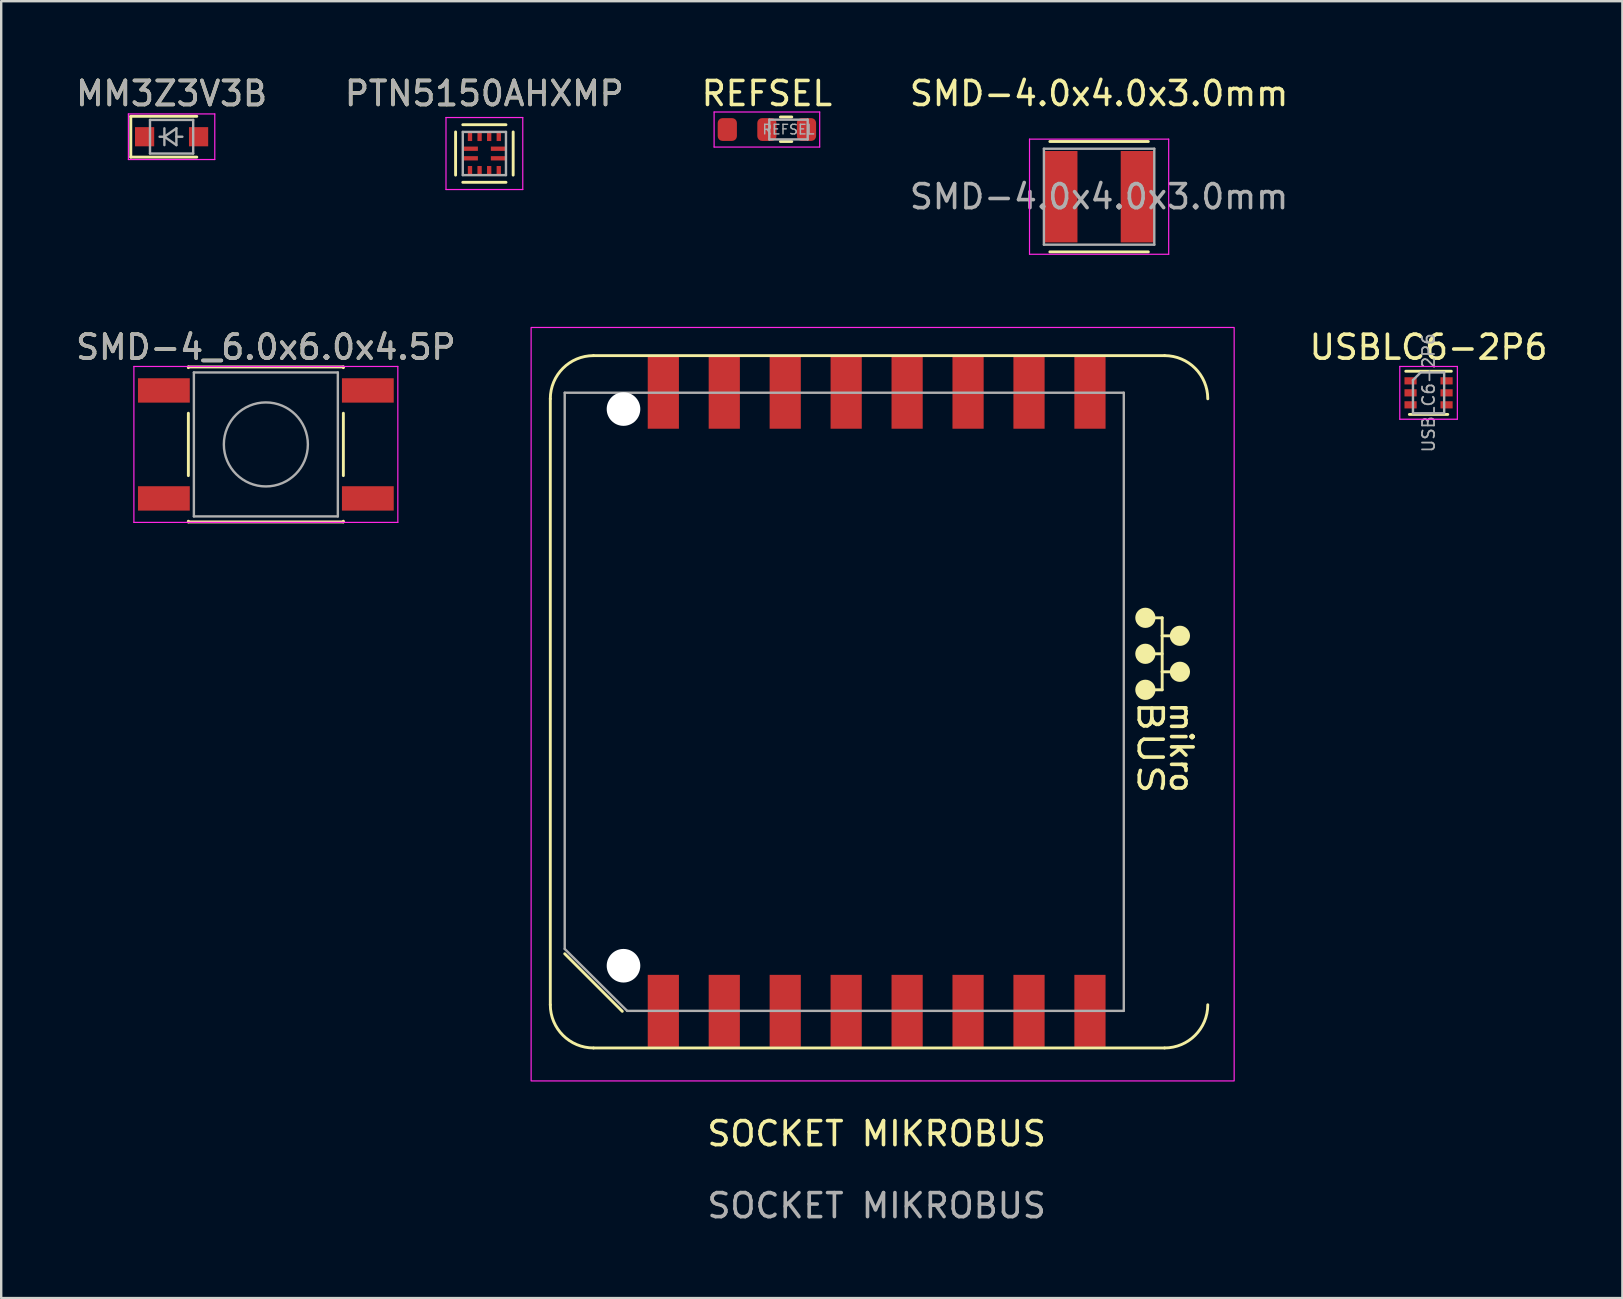
<source format=kicad_pcb>
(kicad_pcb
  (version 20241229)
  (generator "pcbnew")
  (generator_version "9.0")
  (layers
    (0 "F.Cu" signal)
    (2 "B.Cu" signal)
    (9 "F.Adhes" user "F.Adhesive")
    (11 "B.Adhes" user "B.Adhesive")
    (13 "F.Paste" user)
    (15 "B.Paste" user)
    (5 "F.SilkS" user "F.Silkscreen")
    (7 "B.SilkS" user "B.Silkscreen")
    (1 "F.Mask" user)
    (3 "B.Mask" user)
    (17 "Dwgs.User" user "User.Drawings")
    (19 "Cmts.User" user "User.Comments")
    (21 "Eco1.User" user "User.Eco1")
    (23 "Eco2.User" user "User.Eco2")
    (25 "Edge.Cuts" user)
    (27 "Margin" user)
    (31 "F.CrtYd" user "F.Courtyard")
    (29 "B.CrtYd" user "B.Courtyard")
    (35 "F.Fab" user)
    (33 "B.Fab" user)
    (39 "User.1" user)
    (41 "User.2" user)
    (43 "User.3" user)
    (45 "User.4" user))
  (footprint "USBLC6-2P6"
    (layer "F.Cu")
    (at 56.487 13.322)
    (property "Reference" "USBLC6-2P6" (at 0 -1.9 0) (layer "F.SilkS") (effects (font (size 1 1) (thickness 0.15))))
    (attr smd)
    (fp_line (start -0.8 0.9) (end 0.8 0.9) (stroke (width 0.12) (type solid)) (layer "F.SilkS"))
    (fp_line (start 0.95 -0.9) (end -0.95 -0.9) (stroke (width 0.12) (type solid)) (layer "F.SilkS"))
    (fp_line (start -1.2 -1.1) (end -1.2 1.1) (stroke (width 0.05) (type solid)) (layer "F.CrtYd"))
    (fp_line (start -1.2 -1.1) (end 1.2 -1.1) (stroke (width 0.05) (type solid)) (layer "F.CrtYd"))
    (fp_line (start -1.2 1.1) (end 1.2 1.1) (stroke (width 0.05) (type solid)) (layer "F.CrtYd"))
    (fp_line (start 1.2 1.1) (end 1.2 -1.1) (stroke (width 0.05) (type solid)) (layer "F.CrtYd"))
    (fp_line (start -0.65 -0.53) (end -0.65 0.85) (stroke (width 0.1) (type solid)) (layer "F.Fab"))
    (fp_line (start -0.65 -0.53) (end -0.33 -0.85) (stroke (width 0.1) (type solid)) (layer "F.Fab"))
    (fp_line (start 0.65 -0.85) (end -0.33 -0.85) (stroke (width 0.1) (type solid)) (layer "F.Fab"))
    (fp_line (start 0.65 -0.85) (end 0.65 0.85) (stroke (width 0.1) (type solid)) (layer "F.Fab"))
    (fp_line (start 0.65 0.85) (end -0.65 0.85) (stroke (width 0.1) (type solid)) (layer "F.Fab"))
    (fp_text user "${REFERENCE}" (at 0 0 90) (layer "F.Fab") (effects (font (size 0.5 0.5) (thickness 0.075))))
    (pad "1" smd rect (at -0.75 -0.5) (size 0.508 0.3) (layers "F.Cu" "F.Mask" "F.Paste"))
    (pad "2" smd rect (at -0.75 0) (size 0.508 0.3) (layers "F.Cu" "F.Mask" "F.Paste"))
    (pad "3" smd rect (at -0.75 0.5) (size 0.508 0.3) (layers "F.Cu" "F.Mask" "F.Paste"))
    (pad "4" smd rect (at 0.75 0.5) (size 0.508 0.3) (layers "F.Cu" "F.Mask" "F.Paste"))
    (pad "5" smd rect (at 0.75 0) (size 0.508 0.3) (layers "F.Cu" "F.Mask" "F.Paste"))
    (pad "6" smd rect (at 0.75 -0.5) (size 0.508 0.3) (layers "F.Cu" "F.Mask" "F.Paste")))
  (footprint "SMD-4.0x4.0x3.0mm"
    (layer "F.Cu")
    (at 42.756 5.148)
    (property "Reference" "SMD-4.0x4.0x3.0mm" (at 0 -4.3 0) (layer "F.SilkS") (effects (font (size 1 1) (thickness 0.15))))
    (attr smd)
    (fp_line (start -2.052 -2.3) (end 2.052 -2.3) (stroke (width 0.12) (type solid)) (layer "F.SilkS"))
    (fp_line (start -2.052 2.3) (end 2.052 2.3) (stroke (width 0.12) (type solid)) (layer "F.SilkS"))
    (fp_line (start -2.9 -2.4) (end 2.9 -2.4) (stroke (width 0.05) (type solid)) (layer "F.CrtYd"))
    (fp_line (start -2.9 2.4) (end -2.9 -2.4) (stroke (width 0.05) (type solid)) (layer "F.CrtYd"))
    (fp_line (start 2.9 -2.4) (end 2.9 2.4) (stroke (width 0.05) (type solid)) (layer "F.CrtYd"))
    (fp_line (start 2.9 2.4) (end -2.9 2.4) (stroke (width 0.05) (type solid)) (layer "F.CrtYd"))
    (fp_line (start -2.3 -2) (end 2.3 -2) (stroke (width 0.1) (type solid)) (layer "F.Fab"))
    (fp_line (start -2.3 2) (end -2.3 -2) (stroke (width 0.1) (type solid)) (layer "F.Fab"))
    (fp_line (start 2.3 -2) (end 2.3 2) (stroke (width 0.1) (type solid)) (layer "F.Fab"))
    (fp_line (start 2.3 2) (end -2.3 2) (stroke (width 0.1) (type solid)) (layer "F.Fab"))
    (fp_text user "${REFERENCE}" (at 0 0 0) (layer "F.Fab") (effects (font (size 1 1) (thickness 0.15))))
    (pad "1" smd rect (at -1.6 0) (size 1.397 3.81) (layers "F.Cu" "F.Mask" "F.Paste"))
    (pad "2" smd rect (at 1.6 0) (size 1.397 3.81) (layers "F.Cu" "F.Mask" "F.Paste")))
  (footprint "PTN5150AHXMP"
    (layer "F.Cu")
    (at 17.137 3.348)
    (property "Reference" "PTN5150AHXMP" (at 0 -2.5 0) (layer "F.SilkS") (effects (font (size 1 1) (thickness 0.15))))
    (attr smd)
    (fp_line (start -1.2 -0.9) (end -1.2 0.9) (stroke (width 0.12) (type solid)) (layer "F.SilkS"))
    (fp_line (start -0.9 -1.2) (end 0.9 -1.2) (stroke (width 0.12) (type solid)) (layer "F.SilkS"))
    (fp_line (start -0.9 1.2) (end 0.9 1.2) (stroke (width 0.12) (type solid)) (layer "F.SilkS"))
    (fp_line (start 1.2 -0.9) (end 1.2 0.9) (stroke (width 0.12) (type solid)) (layer "F.SilkS"))
    (fp_line (start -1.6 -1.5) (end -1.6 1.5) (stroke (width 0.05) (type solid)) (layer "F.CrtYd"))
    (fp_line (start -1.6 -1.5) (end 1.6 -1.5) (stroke (width 0.05) (type solid)) (layer "F.CrtYd"))
    (fp_line (start -1.6 1.5) (end 1.6 1.5) (stroke (width 0.05) (type solid)) (layer "F.CrtYd"))
    (fp_line (start 1.6 1.5) (end 1.6 -1.5) (stroke (width 0.05) (type solid)) (layer "F.CrtYd"))
    (fp_line (start -0.9 -0.9) (end -0.9 0.9) (stroke (width 0.1) (type solid)) (layer "F.Fab"))
    (fp_line (start -0.9 0.9) (end 0.9 0.9) (stroke (width 0.1) (type solid)) (layer "F.Fab"))
    (fp_line (start 0.9 -0.9) (end -0.9 -0.9) (stroke (width 0.1) (type solid)) (layer "F.Fab"))
    (fp_line (start 0.9 0.9) (end 0.9 -0.9) (stroke (width 0.1) (type solid)) (layer "F.Fab"))
    (fp_text user "${REFERENCE}" (at 0 -2.5 0) (layer "F.Fab") (effects (font (size 1 1) (thickness 0.15))))
    (pad "1" smd rect (at -0.6 -0.2 90) (size 0.18 0.66) (layers "F.Cu" "F.Mask" "F.Paste"))
    (pad "2" smd rect (at -0.6 0.2 90) (size 0.18 0.66) (layers "F.Cu" "F.Mask" "F.Paste"))
    (pad "3" smd rect (at -0.6 0.725) (size 0.18 0.41) (layers "F.Cu" "F.Mask" "F.Paste"))
    (pad "4" smd rect (at -0.2 0.725) (size 0.18 0.41) (layers "F.Cu" "F.Mask" "F.Paste"))
    (pad "5" smd rect (at 0.2 0.725) (size 0.18 0.41) (layers "F.Cu" "F.Mask" "F.Paste"))
    (pad "6" smd rect (at 0.6 0.725) (size 0.18 0.41) (layers "F.Cu" "F.Mask" "F.Paste"))
    (pad "7" smd rect (at 0.6 0.2 90) (size 0.18 0.66) (layers "F.Cu" "F.Mask" "F.Paste"))
    (pad "8" smd rect (at 0.6 -0.2 90) (size 0.18 0.66) (layers "F.Cu" "F.Mask" "F.Paste"))
    (pad "9" smd rect (at 0.6 -0.725) (size 0.18 0.41) (layers "F.Cu" "F.Mask" "F.Paste"))
    (pad "10" smd rect (at 0.2 -0.725) (size 0.18 0.41) (layers "F.Cu" "F.Mask" "F.Paste"))
    (pad "11" smd rect (at -0.2 -0.725) (size 0.18 0.41) (layers "F.Cu" "F.Mask" "F.Paste"))
    (pad "12" smd rect (at -0.6 -0.725) (size 0.18 0.41) (layers "F.Cu" "F.Mask" "F.Paste")))
  (footprint "MM3Z3V3B"
    (layer "F.Cu")
    (at 4.101 2.648)
    (property "Reference" "MM3Z3V3B" (at 0 -1.8 0) (layer "F.SilkS") (effects (font (size 1 1) (thickness 0.15))))
    (attr smd)
    (fp_line (start -1.7 -0.85) (end -1.7 0.85) (stroke (width 0.12) (type solid)) (layer "F.SilkS"))
    (fp_line (start -1.7 -0.85) (end 1.05 -0.85) (stroke (width 0.12) (type solid)) (layer "F.SilkS"))
    (fp_line (start -1.7 0.85) (end 1.05 0.85) (stroke (width 0.12) (type solid)) (layer "F.SilkS"))
    (fp_line (start -1.8 -0.95) (end -1.8 0.95) (stroke (width 0.05) (type solid)) (layer "F.CrtYd"))
    (fp_line (start -1.8 -0.95) (end 1.8 -0.95) (stroke (width 0.05) (type solid)) (layer "F.CrtYd"))
    (fp_line (start -1.8 0.95) (end 1.8 0.95) (stroke (width 0.05) (type solid)) (layer "F.CrtYd"))
    (fp_line (start 1.8 -0.95) (end 1.8 0.95) (stroke (width 0.05) (type solid)) (layer "F.CrtYd"))
    (fp_line (start -0.9 -0.7) (end 0.9 -0.7) (stroke (width 0.1) (type solid)) (layer "F.Fab"))
    (fp_line (start -0.9 0.7) (end -0.9 -0.7) (stroke (width 0.1) (type solid)) (layer "F.Fab"))
    (fp_line (start -0.3 -0.35) (end -0.3 0.35) (stroke (width 0.1) (type solid)) (layer "F.Fab"))
    (fp_line (start -0.3 0) (end -0.5 0) (stroke (width 0.1) (type solid)) (layer "F.Fab"))
    (fp_line (start -0.3 0) (end 0.2 -0.35) (stroke (width 0.1) (type solid)) (layer "F.Fab"))
    (fp_line (start 0.2 -0.35) (end 0.2 0.35) (stroke (width 0.1) (type solid)) (layer "F.Fab"))
    (fp_line (start 0.2 0) (end 0.45 0) (stroke (width 0.1) (type solid)) (layer "F.Fab"))
    (fp_line (start 0.2 0.35) (end -0.3 0) (stroke (width 0.1) (type solid)) (layer "F.Fab"))
    (fp_line (start 0.9 -0.7) (end 0.9 0.7) (stroke (width 0.1) (type solid)) (layer "F.Fab"))
    (fp_line (start 0.9 0.7) (end -0.9 0.7) (stroke (width 0.1) (type solid)) (layer "F.Fab"))
    (fp_text user "${REFERENCE}" (at 0 -1.8 0) (layer "F.Fab") (effects (font (size 1 1) (thickness 0.15))))
    (pad "1" smd rect (at -1.125 0) (size 0.8 0.8) (layers "F.Cu" "F.Mask" "F.Paste"))
    (pad "2" smd rect (at 1.125 0) (size 0.8 0.8) (layers "F.Cu" "F.Mask" "F.Paste")))
  (footprint "SMD-4_6.0x6.0x4.5P"
    (layer "F.Cu")
    (at 8.03 15.472)
    (property "Reference" "SMD-4_6.0x6.0x4.5P" (at 0 -4.05 0) (layer "F.SilkS") (effects (font (size 1 1) (thickness 0.15))))
    (attr smd)
    (fp_line (start -3.23 -3.23) (end 3.23 -3.23) (stroke (width 0.12) (type solid)) (layer "F.SilkS"))
    (fp_line (start -3.23 -3.2) (end -3.23 -3.23) (stroke (width 0.12) (type solid)) (layer "F.SilkS"))
    (fp_line (start -3.23 -1.3) (end -3.23 1.3) (stroke (width 0.12) (type solid)) (layer "F.SilkS"))
    (fp_line (start -3.23 3.23) (end -3.23 3.2) (stroke (width 0.12) (type solid)) (layer "F.SilkS"))
    (fp_line (start -3.23 3.23) (end 3.23 3.23) (stroke (width 0.12) (type solid)) (layer "F.SilkS"))
    (fp_line (start 3.23 -3.23) (end 3.23 -3.2) (stroke (width 0.12) (type solid)) (layer "F.SilkS"))
    (fp_line (start 3.23 -1.3) (end 3.23 1.3) (stroke (width 0.12) (type solid)) (layer "F.SilkS"))
    (fp_line (start 3.23 3.23) (end 3.23 3.2) (stroke (width 0.12) (type solid)) (layer "F.SilkS"))
    (fp_line (start -5.5 -3.25) (end -5.5 3.25) (stroke (width 0.05) (type solid)) (layer "F.CrtYd"))
    (fp_line (start -5.5 -3.25) (end 5.5 -3.25) (stroke (width 0.05) (type solid)) (layer "F.CrtYd"))
    (fp_line (start -5.5 3.25) (end 5.5 3.25) (stroke (width 0.05) (type solid)) (layer "F.CrtYd"))
    (fp_line (start 5.5 3.25) (end 5.5 -3.25) (stroke (width 0.05) (type solid)) (layer "F.CrtYd"))
    (fp_line (start -3 -3) (end -3 3) (stroke (width 0.1) (type solid)) (layer "F.Fab"))
    (fp_line (start -3 3) (end 3 3) (stroke (width 0.1) (type solid)) (layer "F.Fab"))
    (fp_line (start 3 -3) (end -3 -3) (stroke (width 0.1) (type solid)) (layer "F.Fab"))
    (fp_line (start 3 3) (end 3 -3) (stroke (width 0.1) (type solid)) (layer "F.Fab"))
    (fp_circle (center 0 0) (end 1.75 -0.05) (stroke (width 0.1) (type solid)) (fill no) (layer "F.Fab"))
    (fp_text user "${REFERENCE}" (at 0 -4.05 0) (layer "F.Fab") (effects (font (size 1 1) (thickness 0.15))))
    (pad "1" smd rect (at -4.25 -2.25) (size 2.159 1.016) (layers "F.Cu" "F.Mask" "F.Paste"))
    (pad "2" smd rect (at 4.25 -2.25) (size 2.159 1.016) (layers "F.Cu" "F.Mask" "F.Paste"))
    (pad "3" smd rect (at -4.25 2.25) (size 2.159 1.016) (layers "F.Cu" "F.Mask" "F.Paste"))
    (pad "4" smd rect (at 4.25 2.25) (size 2.159 1.016) (layers "F.Cu" "F.Mask" "F.Paste")))
  (footprint "SOCKET MIKROBUS"
    (layer "F.Cu")
    (at 33.485 26.198)
    (property "Reference" "SOCKET MIKROBUS" (at 0 18 0) (unlocked yes) (layer "F.SilkS") (effects (font (size 1 1) (thickness 0.15))))
    (attr smd)
    (fp_line (start -13.6 -12.627) (end -13.6 12.627) (stroke (width 0.12) (type solid)) (layer "F.SilkS"))
    (fp_line (start -11.8 -14.427) (end 12 -14.427) (stroke (width 0.12) (type solid)) (layer "F.SilkS"))
    (fp_line (start -11.8 14.427) (end 12 14.427) (stroke (width 0.12) (type solid)) (layer "F.SilkS"))
    (fp_line (start -10.6 12.9) (end -13 10.5) (stroke (width 0.12) (type solid)) (layer "F.SilkS"))
    (fp_line (start 11.9 -3.5) (end 11.2 -3.5) (stroke (width 0.12) (type solid)) (layer "F.SilkS"))
    (fp_line (start 11.9 -2.75) (end 11.9 -3.5) (stroke (width 0.12) (type solid)) (layer "F.SilkS"))
    (fp_line (start 11.9 -2.75) (end 11.9 -1.25) (stroke (width 0.12) (type solid)) (layer "F.SilkS"))
    (fp_line (start 11.9 -2) (end 11.2 -2) (stroke (width 0.12) (type solid)) (layer "F.SilkS"))
    (fp_line (start 11.9 -1.25) (end 11.9 -0.5) (stroke (width 0.12) (type solid)) (layer "F.SilkS"))
    (fp_line (start 11.9 -1.25) (end 12.639 -1.25) (stroke (width 0.12) (type solid)) (layer "F.SilkS"))
    (fp_line (start 11.9 -0.5) (end 11.2 -0.5) (stroke (width 0.12) (type solid)) (layer "F.SilkS"))
    (fp_line (start 12.639 -2.75) (end 11.9 -2.75) (stroke (width 0.12) (type solid)) (layer "F.SilkS"))
    (fp_arc (start -13.6 -12.627208) (mid -13.072792 -13.9) (end -11.8 -14.427208) (stroke (width 0.12) (type solid)) (layer "F.SilkS"))
    (fp_arc (start -11.8 14.427208) (mid -13.072792 13.9) (end -13.6 12.627208) (stroke (width 0.12) (type solid)) (layer "F.SilkS"))
    (fp_arc (start 12 -14.427208) (mid 13.272792 -13.9) (end 13.8 -12.627208) (stroke (width 0.12) (type solid)) (layer "F.SilkS"))
    (fp_arc (start 13.8 12.627208) (mid 13.272792 13.9) (end 12 14.427208) (stroke (width 0.12) (type solid)) (layer "F.SilkS"))
    (fp_circle (center 11.2 -3.5) (end 11.2 -3.139) (stroke (width 0.12) (type solid)) (fill yes) (layer "F.SilkS"))
    (fp_circle (center 11.2 -2) (end 11.2 -1.639) (stroke (width 0.12) (type solid)) (fill yes) (layer "F.SilkS"))
    (fp_circle (center 11.2 -0.5) (end 11.2 -0.139) (stroke (width 0.12) (type solid)) (fill yes) (layer "F.SilkS"))
    (fp_circle (center 12.639 -2.75) (end 12.639 -2.389) (stroke (width 0.12) (type solid)) (fill yes) (layer "F.SilkS"))
    (fp_circle (center 12.639 -1.25) (end 12.639 -0.889) (stroke (width 0.12) (type solid)) (fill yes) (layer "F.SilkS"))
    (fp_rect (start 14.9 -15.6) (end -14.4 15.8) (stroke (width 0.05) (type solid)) (fill no) (layer "F.CrtYd"))
    (fp_line (start -13 -12.88) (end -13 10.3) (stroke (width 0.1) (type solid)) (layer "F.Fab"))
    (fp_line (start -13 -12.88) (end 10.3 -12.88) (stroke (width 0.1) (type solid)) (layer "F.Fab"))
    (fp_line (start -10.4 12.88) (end -13 10.3) (stroke (width 0.1) (type solid)) (layer "F.Fab"))
    (fp_line (start -10.4 12.88) (end 10.3 12.88) (stroke (width 0.1) (type solid)) (layer "F.Fab"))
    (fp_line (start 10.3 12.88) (end 10.3 -12.88) (stroke (width 0.1) (type solid)) (layer "F.Fab"))
    (fp_text user "BUS" (at 11.4 1.9 270) (unlocked yes) (layer "F.SilkS") (effects (font (size 1 1.3) (thickness 0.15))))
    (fp_text user "mikro" (at 12.7 1.9 270) (unlocked yes) (layer "F.SilkS") (effects (font (size 0.9 0.9) (thickness 0.15))))
    (fp_text user "${REFERENCE}" (at 0 21 0) (unlocked yes) (layer "F.Fab") (effects (font (size 1 1) (thickness 0.15))))
    (pad "" np_thru_hole circle (at -10.55 -12.2) (size 1.4 1.4) (drill 1.4) (layers "*.Cu" "*.Mask"))
    (pad "" np_thru_hole circle (at -10.55 11) (size 1.4 1.4) (drill 1.4) (layers "*.Cu" "*.Mask"))
    (pad "1" smd rect (at 8.89 -12.88) (size 1.3 3) (layers "F.Cu" "F.Mask" "F.Paste"))
    (pad "2" smd rect (at 6.35 -12.88) (size 1.3 3) (layers "F.Cu" "F.Mask" "F.Paste"))
    (pad "3" smd rect (at 3.81 -12.88) (size 1.3 3) (layers "F.Cu" "F.Mask" "F.Paste"))
    (pad "4" smd rect (at 1.27 -12.88) (size 1.3 3) (layers "F.Cu" "F.Mask" "F.Paste"))
    (pad "5" smd rect (at -1.27 -12.88) (size 1.3 3) (layers "F.Cu" "F.Mask" "F.Paste"))
    (pad "6" smd rect (at -3.81 -12.88) (size 1.3 3) (layers "F.Cu" "F.Mask" "F.Paste"))
    (pad "7" smd rect (at -6.35 -12.88) (size 1.3 3) (layers "F.Cu" "F.Mask" "F.Paste"))
    (pad "8" smd rect (at -8.89 -12.88) (size 1.3 3) (layers "F.Cu" "F.Mask" "F.Paste"))
    (pad "9" smd rect (at -8.89 12.88) (size 1.3 3) (layers "F.Cu" "F.Mask" "F.Paste"))
    (pad "10" smd rect (at -6.35 12.88) (size 1.3 3) (layers "F.Cu" "F.Mask" "F.Paste"))
    (pad "11" smd rect (at -3.81 12.88) (size 1.3 3) (layers "F.Cu" "F.Mask" "F.Paste"))
    (pad "12" smd rect (at -1.27 12.88) (size 1.3 3) (layers "F.Cu" "F.Mask" "F.Paste"))
    (pad "13" smd rect (at 1.27 12.88) (size 1.3 3) (layers "F.Cu" "F.Mask" "F.Paste"))
    (pad "14" smd rect (at 3.81 12.88) (size 1.3 3) (layers "F.Cu" "F.Mask" "F.Paste"))
    (pad "15" smd rect (at 6.35 12.88) (size 1.3 3) (layers "F.Cu" "F.Mask" "F.Paste"))
    (pad "16" smd rect (at 8.89 12.88) (size 1.3 3) (layers "F.Cu" "F.Mask" "F.Paste")))
  (footprint "REFSEL"
    (layer "F.Cu")
    (at 28.911 2.348)
    (property "Reference" "REFSEL" (at 0 -1.5 0) (layer "F.SilkS") (effects (font (size 1 1) (thickness 0.15))))
    (attr smd)
    (fp_line (start 0.563 -0.522) (end 1.037 -0.522) (stroke (width 0.12) (type solid)) (layer "F.SilkS"))
    (fp_line (start 0.563 0.5) (end 1.037 0.5) (stroke (width 0.12) (type solid)) (layer "F.SilkS"))
    (fp_line (start -2.2 -0.73) (end 2.2 -0.73) (stroke (width 0.05) (type solid)) (layer "F.CrtYd"))
    (fp_line (start -2.2 0.73) (end -2.2 -0.73) (stroke (width 0.05) (type solid)) (layer "F.CrtYd"))
    (fp_line (start 2.2 -0.73) (end 2.2 0.73) (stroke (width 0.05) (type solid)) (layer "F.CrtYd"))
    (fp_line (start 2.2 0.73) (end -2.2 0.73) (stroke (width 0.05) (type solid)) (layer "F.CrtYd"))
    (fp_line (start 0.1 -0.412) (end 1.7 -0.412) (stroke (width 0.1) (type solid)) (layer "F.Fab"))
    (fp_line (start 0.1 0.412) (end 0.1 -0.412) (stroke (width 0.1) (type solid)) (layer "F.Fab"))
    (fp_line (start 1.7 -0.412) (end 1.7 0.412) (stroke (width 0.1) (type solid)) (layer "F.Fab"))
    (fp_line (start 1.7 0.412) (end 0.1 0.412) (stroke (width 0.1) (type solid)) (layer "F.Fab"))
    (fp_text user "${REFERENCE}" (at 0.9 0 0) (layer "F.Fab") (effects (font (size 0.4 0.4) (thickness 0.06))))
    (pad "1" smd roundrect (at -1.65 0) (size 0.8 0.95) (layers "F.Cu" "F.Mask" "F.Paste") (roundrect_rratio 0.25))
    (pad "2" smd roundrect (at 0 0) (size 0.8 0.95) (layers "F.Cu" "F.Mask" "F.Paste") (roundrect_rratio 0.25))
    (pad "3" smd roundrect (at 1.65 0) (size 0.8 0.95) (layers "F.Cu" "F.Mask" "F.Paste") (roundrect_rratio 0.25)))
  (gr_rect
    (start -3 -3)
    (end 64.564 51.047)
    (stroke (width 0.1) (type default))
    (fill no)
    (layer "Edge.Cuts")))
</source>
